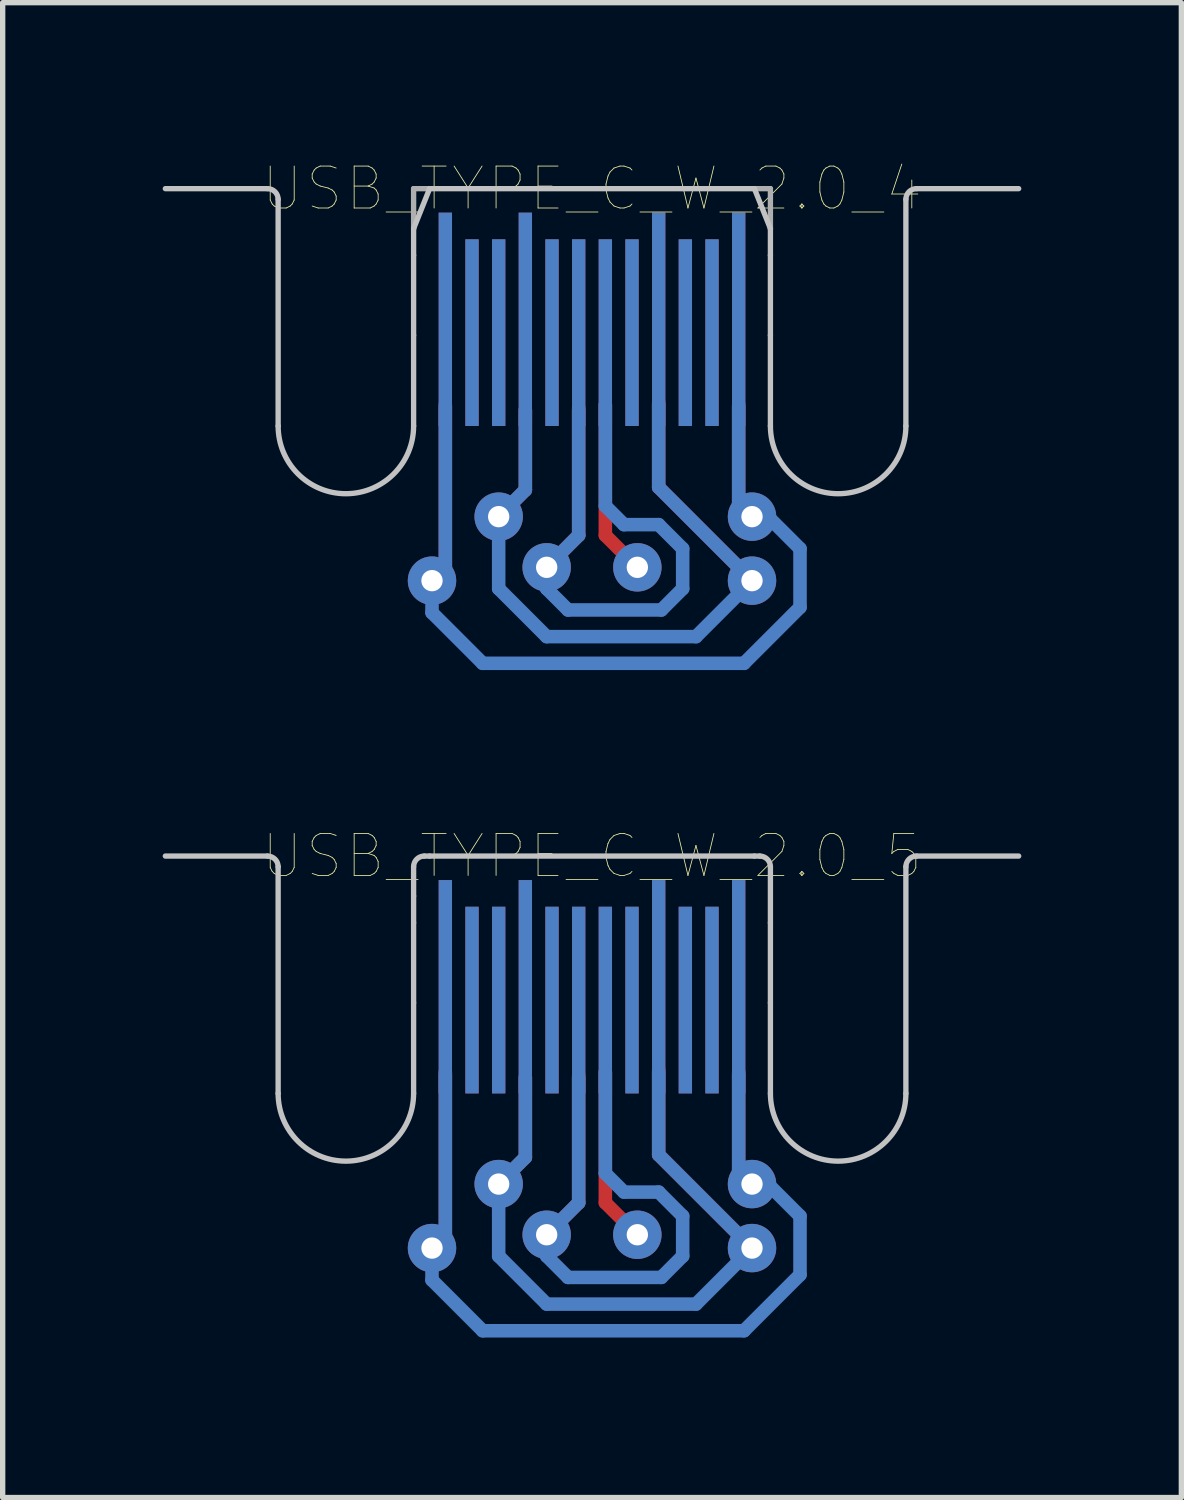
<source format=kicad_pcb>
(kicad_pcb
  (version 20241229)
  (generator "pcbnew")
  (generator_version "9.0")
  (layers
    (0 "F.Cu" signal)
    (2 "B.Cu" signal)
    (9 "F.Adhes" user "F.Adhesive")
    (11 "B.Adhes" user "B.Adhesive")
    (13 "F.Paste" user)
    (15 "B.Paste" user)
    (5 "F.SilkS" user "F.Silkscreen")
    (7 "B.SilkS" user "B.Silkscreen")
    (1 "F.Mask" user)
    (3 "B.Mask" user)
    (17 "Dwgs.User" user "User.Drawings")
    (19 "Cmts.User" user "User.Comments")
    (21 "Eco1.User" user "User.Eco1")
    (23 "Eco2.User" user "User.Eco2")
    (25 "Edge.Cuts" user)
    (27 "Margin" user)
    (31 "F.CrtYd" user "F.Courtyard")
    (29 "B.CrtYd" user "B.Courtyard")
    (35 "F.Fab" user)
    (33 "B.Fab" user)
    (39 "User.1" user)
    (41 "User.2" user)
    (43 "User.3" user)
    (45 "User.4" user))
  (footprint "USB_TYPE_C_W_2.0_5"
    (layer "F.Cu")
    (at 8.05 13.001)
    (property "Reference" "USB_TYPE_C_W_2.0_5" (at 0 0 0) (layer "F.SilkS") (effects (font (size 0.787 0.787) (thickness 0.015))))
    (attr through_hole)
    (fp_line (start -2.75 4.1) (end -2.75 7.1) (stroke (width 0.254) (type solid)) (layer "F.Cu"))
    (fp_line (start -2.75 7.1) (end -3 7.35) (stroke (width 0.254) (type solid)) (layer "F.Cu"))
    (fp_line (start -1.25 4.15) (end -1.25 5.65) (stroke (width 0.254) (type solid)) (layer "F.Cu"))
    (fp_line (start -1.25 5.65) (end -1.75 6.15) (stroke (width 0.254) (type solid)) (layer "F.Cu"))
    (fp_line (start -0.25 4.1) (end -0.25 6.5) (stroke (width 0.254) (type solid)) (layer "F.Cu"))
    (fp_line (start -0.25 6.5) (end -0.85 7.1) (stroke (width 0.254) (type solid)) (layer "F.Cu"))
    (fp_line (start 0.25 4.05) (end 0.25 6.5) (stroke (width 0.254) (type solid)) (layer "F.Cu"))
    (fp_line (start 0.25 6.5) (end 0.85 7.1) (stroke (width 0.254) (type solid)) (layer "F.Cu"))
    (fp_line (start 1.25 4) (end 1.25 5.6) (stroke (width 0.254) (type solid)) (layer "F.Cu"))
    (fp_line (start 1.25 5.6) (end 3 7.35) (stroke (width 0.254) (type solid)) (layer "F.Cu"))
    (fp_line (start 2.75 4.1) (end 2.75 5.9) (stroke (width 0.254) (type solid)) (layer "F.Cu"))
    (fp_line (start 2.75 5.9) (end 3 6.15) (stroke (width 0.254) (type solid)) (layer "F.Cu"))
    (fp_line (start -3 7.95) (end -3 7.35) (stroke (width 0.254) (type solid)) (layer "B.Cu"))
    (fp_line (start -2.75 4.05) (end -2.75 7.1) (stroke (width 0.254) (type solid)) (layer "B.Cu"))
    (fp_line (start -2.75 7.1) (end -3 7.35) (stroke (width 0.254) (type solid)) (layer "B.Cu"))
    (fp_line (start -2.05 8.9) (end -3 7.95) (stroke (width 0.254) (type solid)) (layer "B.Cu"))
    (fp_line (start -1.75 7.5) (end -1.75 6.15) (stroke (width 0.254) (type solid)) (layer "B.Cu"))
    (fp_line (start -1.25 4.15) (end -1.25 5.65) (stroke (width 0.254) (type solid)) (layer "B.Cu"))
    (fp_line (start -1.25 5.65) (end -1.75 6.15) (stroke (width 0.254) (type solid)) (layer "B.Cu"))
    (fp_line (start -0.85 7.5) (end -0.85 7.15) (stroke (width 0.254) (type solid)) (layer "B.Cu"))
    (fp_line (start -0.85 8.4) (end -1.75 7.5) (stroke (width 0.254) (type solid)) (layer "B.Cu"))
    (fp_line (start -0.45 7.9) (end -0.85 7.5) (stroke (width 0.254) (type solid)) (layer "B.Cu"))
    (fp_line (start -0.25 4.15) (end -0.25 6.5) (stroke (width 0.254) (type solid)) (layer "B.Cu"))
    (fp_line (start -0.25 6.5) (end -0.85 7.1) (stroke (width 0.254) (type solid)) (layer "B.Cu"))
    (fp_line (start 0.25 4.05) (end 0.25 5.95) (stroke (width 0.254) (type solid)) (layer "B.Cu"))
    (fp_line (start 0.25 5.95) (end 0.6 6.3) (stroke (width 0.254) (type solid)) (layer "B.Cu"))
    (fp_line (start 0.6 6.3) (end 1.25 6.3) (stroke (width 0.254) (type solid)) (layer "B.Cu"))
    (fp_line (start 1.25 4.05) (end 1.25 5.6) (stroke (width 0.254) (type solid)) (layer "B.Cu"))
    (fp_line (start 1.25 5.6) (end 3 7.35) (stroke (width 0.254) (type solid)) (layer "B.Cu"))
    (fp_line (start 1.25 6.3) (end 1.7 6.75) (stroke (width 0.254) (type solid)) (layer "B.Cu"))
    (fp_line (start 1.3 7.9) (end -0.45 7.9) (stroke (width 0.254) (type solid)) (layer "B.Cu"))
    (fp_line (start 1.7 6.75) (end 1.7 7.5) (stroke (width 0.254) (type solid)) (layer "B.Cu"))
    (fp_line (start 1.7 7.5) (end 1.3 7.9) (stroke (width 0.254) (type solid)) (layer "B.Cu"))
    (fp_line (start 1.95 8.4) (end -0.85 8.4) (stroke (width 0.254) (type solid)) (layer "B.Cu"))
    (fp_line (start 1.95 8.4) (end 3 7.35) (stroke (width 0.254) (type solid)) (layer "B.Cu"))
    (fp_line (start 2.75 4.05) (end 2.75 5.9) (stroke (width 0.254) (type solid)) (layer "B.Cu"))
    (fp_line (start 2.75 5.9) (end 3 6.15) (stroke (width 0.254) (type solid)) (layer "B.Cu"))
    (fp_line (start 2.85 8.9) (end -2.05 8.9) (stroke (width 0.254) (type solid)) (layer "B.Cu"))
    (fp_line (start 3 6.15) (end 3.3 6.15) (stroke (width 0.254) (type solid)) (layer "B.Cu"))
    (fp_line (start 3.3 6.15) (end 3.9 6.75) (stroke (width 0.254) (type solid)) (layer "B.Cu"))
    (fp_line (start 3.9 6.75) (end 3.9 7.85) (stroke (width 0.254) (type solid)) (layer "B.Cu"))
    (fp_line (start 3.9 7.85) (end 2.85 8.9) (stroke (width 0.254) (type solid)) (layer "B.Cu"))
    (fp_line (start -8 0) (end -6.085 0) (stroke (width 0.1) (type solid)) (layer "Dwgs.User"))
    (fp_line (start -5.885 0.2) (end -5.885 4.45) (stroke (width 0.1) (type solid)) (layer "Dwgs.User"))
    (fp_line (start -3.345 0.2) (end -3.345 0.75) (stroke (width 0.1) (type solid)) (layer "Dwgs.User"))
    (fp_line (start -3.345 0.75) (end -3.345 1.25) (stroke (width 0.1) (type solid)) (layer "Dwgs.User"))
    (fp_line (start -3.345 1.25) (end -3.345 2.75) (stroke (width 0.1) (type solid)) (layer "Dwgs.User"))
    (fp_line (start -3.345 2.75) (end -3.345 4.45) (stroke (width 0.1) (type solid)) (layer "Dwgs.User"))
    (fp_line (start -3.045 0) (end -3.145 0) (stroke (width 0.1) (type solid)) (layer "Dwgs.User"))
    (fp_line (start -3.045 0) (end 3.045 0) (stroke (width 0.1) (type solid)) (layer "Dwgs.User"))
    (fp_line (start 3.045 0) (end 3.145 0) (stroke (width 0.1) (type solid)) (layer "Dwgs.User"))
    (fp_line (start 3.345 0.2) (end 3.345 1.25) (stroke (width 0.1) (type solid)) (layer "Dwgs.User"))
    (fp_line (start 3.345 1.25) (end 3.345 2.75) (stroke (width 0.1) (type solid)) (layer "Dwgs.User"))
    (fp_line (start 3.345 2.75) (end 3.345 4.45) (stroke (width 0.1) (type solid)) (layer "Dwgs.User"))
    (fp_line (start 5.885 0.2) (end 5.885 4.45) (stroke (width 0.1) (type solid)) (layer "Dwgs.User"))
    (fp_line (start 8 0) (end 6.085 0) (stroke (width 0.1) (type solid)) (layer "Dwgs.User"))
    (fp_arc (start -6.085 0) (mid -5.943579 0.058579) (end -5.885 0.2) (stroke (width 0.1) (type solid)) (layer "Dwgs.User"))
    (fp_arc (start -3.345 0.2) (mid -3.286421 0.058579) (end -3.145 0) (stroke (width 0.1) (type solid)) (layer "Dwgs.User"))
    (fp_arc (start -3.345 4.45) (mid -4.615 5.72) (end -5.885 4.45) (stroke (width 0.1) (type solid)) (layer "Dwgs.User"))
    (fp_arc (start 3.145 0) (mid 3.286421 0.058579) (end 3.345 0.2) (stroke (width 0.1) (type solid)) (layer "Dwgs.User"))
    (fp_arc (start 5.885 0.2) (mid 5.943579 0.058579) (end 6.085 0) (stroke (width 0.1) (type solid)) (layer "Dwgs.User"))
    (fp_arc (start 5.885 4.45) (mid 4.615 5.72) (end 3.345 4.45) (stroke (width 0.1) (type solid)) (layer "Dwgs.User"))
    (pad "A1" smd rect (at 2.75 2.45) (size 0.25 4) (layers "F.Cu" "F.Mask" "F.Paste"))
    (pad "A2" smd rect (at 2.25 2.7) (size 0.25 3.5) (layers "F.Cu" "F.Mask" "F.Paste"))
    (pad "A3" smd rect (at 1.75 2.7) (size 0.25 3.5) (layers "F.Cu" "F.Mask" "F.Paste"))
    (pad "A4" smd rect (at 1.25 2.45) (size 0.25 4) (layers "F.Cu" "F.Mask" "F.Paste"))
    (pad "A5" smd rect (at 0.75 2.7) (size 0.25 3.5) (layers "F.Cu" "F.Mask" "F.Paste"))
    (pad "A6" smd rect (at 0.25 2.7) (size 0.25 3.5) (layers "F.Cu" "F.Mask" "F.Paste"))
    (pad "A7" smd rect (at -0.25 2.7) (size 0.25 3.5) (layers "F.Cu" "F.Mask" "F.Paste"))
    (pad "A8" smd rect (at -0.75 2.7) (size 0.25 3.5) (layers "F.Cu" "F.Mask" "F.Paste"))
    (pad "A9" smd rect (at -1.25 2.45) (size 0.25 4) (layers "F.Cu" "F.Mask" "F.Paste"))
    (pad "A10" smd rect (at -1.75 2.7) (size 0.25 3.5) (layers "F.Cu" "F.Mask" "F.Paste"))
    (pad "A11" smd rect (at -2.25 2.7) (size 0.25 3.5) (layers "F.Cu" "F.Mask" "F.Paste"))
    (pad "A12" smd rect (at -2.75 2.45) (size 0.25 4) (layers "F.Cu" "F.Mask" "F.Paste"))
    (pad "B1" smd rect (at -2.75 2.45) (size 0.25 4) (layers "B.Cu" "B.Mask" "B.Paste"))
    (pad "B2" smd rect (at -2.25 2.7) (size 0.25 3.5) (layers "B.Cu" "B.Mask" "B.Paste"))
    (pad "B3" smd rect (at -1.75 2.7) (size 0.25 3.5) (layers "B.Cu" "B.Mask" "B.Paste"))
    (pad "B4" smd rect (at -1.25 2.45) (size 0.25 4) (layers "B.Cu" "B.Mask" "B.Paste"))
    (pad "B5" smd rect (at -0.75 2.7) (size 0.25 3.5) (layers "B.Cu" "B.Mask" "B.Paste"))
    (pad "B6" smd rect (at -0.25 2.7) (size 0.25 3.5) (layers "B.Cu" "B.Mask" "B.Paste"))
    (pad "B7" smd rect (at 0.25 2.7) (size 0.25 3.5) (layers "B.Cu" "B.Mask" "B.Paste"))
    (pad "B8" smd rect (at 0.75 2.7) (size 0.25 3.5) (layers "B.Cu" "B.Mask" "B.Paste"))
    (pad "B9" smd rect (at 1.25 2.45) (size 0.25 4) (layers "B.Cu" "B.Mask" "B.Paste"))
    (pad "B10" smd rect (at 1.75 2.7) (size 0.25 3.5) (layers "B.Cu" "B.Mask" "B.Paste"))
    (pad "B11" smd rect (at 2.25 2.7) (size 0.25 3.5) (layers "B.Cu" "B.Mask" "B.Paste"))
    (pad "B12" smd rect (at 2.75 2.45) (size 0.25 4) (layers "B.Cu" "B.Mask" "B.Paste"))
    (pad "D" thru_hole circle (at -0.85 7.1) (size 0.908 0.908) (drill 0.4) (layers "*.Cu" "*.Mask"))
    (pad "D+" thru_hole circle (at 0.85 7.1) (size 0.908 0.908) (drill 0.4) (layers "*.Cu" "*.Mask"))
    (pad "GND" thru_hole circle (at -3 7.35) (size 0.908 0.908) (drill 0.4) (layers "*.Cu" "*.Mask"))
    (pad "P$5" thru_hole circle (at -1.75 6.15) (size 0.908 0.908) (drill 0.4) (layers "*.Cu"))
    (pad "P$6" thru_hole circle (at 3 6.15) (size 0.908 0.908) (drill 0.4) (layers "*.Cu"))
    (pad "VBUS" thru_hole circle (at 3 7.35) (size 0.908 0.908) (drill 0.4) (layers "*.Cu" "*.Mask")))
  (footprint "USB_TYPE_C_W_2.0_4"
    (layer "F.Cu")
    (at 8.05 0.487)
    (property "Reference" "USB_TYPE_C_W_2.0_4" (at 0 0 0) (layer "F.SilkS") (effects (font (size 0.787 0.787) (thickness 0.015))))
    (attr through_hole)
    (fp_line (start -2.75 4.1) (end -2.75 7.1) (stroke (width 0.254) (type solid)) (layer "F.Cu"))
    (fp_line (start -2.75 7.1) (end -3 7.35) (stroke (width 0.254) (type solid)) (layer "F.Cu"))
    (fp_line (start -1.25 4.15) (end -1.25 5.65) (stroke (width 0.254) (type solid)) (layer "F.Cu"))
    (fp_line (start -1.25 5.65) (end -1.75 6.15) (stroke (width 0.254) (type solid)) (layer "F.Cu"))
    (fp_line (start -0.25 4.1) (end -0.25 6.5) (stroke (width 0.254) (type solid)) (layer "F.Cu"))
    (fp_line (start -0.25 6.5) (end -0.85 7.1) (stroke (width 0.254) (type solid)) (layer "F.Cu"))
    (fp_line (start 0.25 4.05) (end 0.25 6.5) (stroke (width 0.254) (type solid)) (layer "F.Cu"))
    (fp_line (start 0.25 6.5) (end 0.85 7.1) (stroke (width 0.254) (type solid)) (layer "F.Cu"))
    (fp_line (start 1.25 4) (end 1.25 5.6) (stroke (width 0.254) (type solid)) (layer "F.Cu"))
    (fp_line (start 1.25 5.6) (end 3 7.35) (stroke (width 0.254) (type solid)) (layer "F.Cu"))
    (fp_line (start 2.75 4.1) (end 2.75 5.9) (stroke (width 0.254) (type solid)) (layer "F.Cu"))
    (fp_line (start 2.75 5.9) (end 3 6.15) (stroke (width 0.254) (type solid)) (layer "F.Cu"))
    (fp_line (start -3 7.95) (end -3 7.35) (stroke (width 0.254) (type solid)) (layer "B.Cu"))
    (fp_line (start -2.75 4.05) (end -2.75 7.1) (stroke (width 0.254) (type solid)) (layer "B.Cu"))
    (fp_line (start -2.75 7.1) (end -3 7.35) (stroke (width 0.254) (type solid)) (layer "B.Cu"))
    (fp_line (start -2.05 8.9) (end -3 7.95) (stroke (width 0.254) (type solid)) (layer "B.Cu"))
    (fp_line (start -1.75 7.5) (end -1.75 6.15) (stroke (width 0.254) (type solid)) (layer "B.Cu"))
    (fp_line (start -1.25 4.15) (end -1.25 5.65) (stroke (width 0.254) (type solid)) (layer "B.Cu"))
    (fp_line (start -1.25 5.65) (end -1.75 6.15) (stroke (width 0.254) (type solid)) (layer "B.Cu"))
    (fp_line (start -0.85 7.5) (end -0.85 7.15) (stroke (width 0.254) (type solid)) (layer "B.Cu"))
    (fp_line (start -0.85 8.4) (end -1.75 7.5) (stroke (width 0.254) (type solid)) (layer "B.Cu"))
    (fp_line (start -0.45 7.9) (end -0.85 7.5) (stroke (width 0.254) (type solid)) (layer "B.Cu"))
    (fp_line (start -0.25 4.15) (end -0.25 6.5) (stroke (width 0.254) (type solid)) (layer "B.Cu"))
    (fp_line (start -0.25 6.5) (end -0.85 7.1) (stroke (width 0.254) (type solid)) (layer "B.Cu"))
    (fp_line (start 0.25 4.05) (end 0.25 5.95) (stroke (width 0.254) (type solid)) (layer "B.Cu"))
    (fp_line (start 0.25 5.95) (end 0.6 6.3) (stroke (width 0.254) (type solid)) (layer "B.Cu"))
    (fp_line (start 0.6 6.3) (end 1.25 6.3) (stroke (width 0.254) (type solid)) (layer "B.Cu"))
    (fp_line (start 1.25 4.05) (end 1.25 5.6) (stroke (width 0.254) (type solid)) (layer "B.Cu"))
    (fp_line (start 1.25 5.6) (end 3 7.35) (stroke (width 0.254) (type solid)) (layer "B.Cu"))
    (fp_line (start 1.25 6.3) (end 1.7 6.75) (stroke (width 0.254) (type solid)) (layer "B.Cu"))
    (fp_line (start 1.3 7.9) (end -0.45 7.9) (stroke (width 0.254) (type solid)) (layer "B.Cu"))
    (fp_line (start 1.7 6.75) (end 1.7 7.5) (stroke (width 0.254) (type solid)) (layer "B.Cu"))
    (fp_line (start 1.7 7.5) (end 1.3 7.9) (stroke (width 0.254) (type solid)) (layer "B.Cu"))
    (fp_line (start 1.95 8.4) (end -0.85 8.4) (stroke (width 0.254) (type solid)) (layer "B.Cu"))
    (fp_line (start 1.95 8.4) (end 3 7.35) (stroke (width 0.254) (type solid)) (layer "B.Cu"))
    (fp_line (start 2.75 4.05) (end 2.75 5.9) (stroke (width 0.254) (type solid)) (layer "B.Cu"))
    (fp_line (start 2.75 5.9) (end 3 6.15) (stroke (width 0.254) (type solid)) (layer "B.Cu"))
    (fp_line (start 2.85 8.9) (end -2.05 8.9) (stroke (width 0.254) (type solid)) (layer "B.Cu"))
    (fp_line (start 3 6.15) (end 3.3 6.15) (stroke (width 0.254) (type solid)) (layer "B.Cu"))
    (fp_line (start 3.3 6.15) (end 3.9 6.75) (stroke (width 0.254) (type solid)) (layer "B.Cu"))
    (fp_line (start 3.9 6.75) (end 3.9 7.85) (stroke (width 0.254) (type solid)) (layer "B.Cu"))
    (fp_line (start 3.9 7.85) (end 2.85 8.9) (stroke (width 0.254) (type solid)) (layer "B.Cu"))
    (fp_line (start -8 0) (end -6.085 0) (stroke (width 0.1) (type solid)) (layer "Dwgs.User"))
    (fp_line (start -5.885 0.2) (end -5.885 4.45) (stroke (width 0.1) (type solid)) (layer "Dwgs.User"))
    (fp_line (start -3.345 0.75) (end -3.345 1.25) (stroke (width 0.1) (type solid)) (layer "Dwgs.User"))
    (fp_line (start -3.345 1.25) (end -3.345 2.75) (stroke (width 0.1) (type solid)) (layer "Dwgs.User"))
    (fp_line (start -3.345 2.75) (end -3.345 4.45) (stroke (width 0.1) (type solid)) (layer "Dwgs.User"))
    (fp_line (start -3.045 0) (end -3.345 0.75) (stroke (width 0.1) (type solid)) (layer "Dwgs.User"))
    (fp_line (start -3.045 0) (end 3.045 0) (stroke (width 0.1) (type solid)) (layer "Dwgs.User"))
    (fp_line (start 3.045 0) (end 3.345 0.75) (stroke (width 0.1) (type solid)) (layer "Dwgs.User"))
    (fp_line (start 3.345 0.75) (end 3.345 1.25) (stroke (width 0.1) (type solid)) (layer "Dwgs.User"))
    (fp_line (start 3.345 1.25) (end 3.345 2.75) (stroke (width 0.1) (type solid)) (layer "Dwgs.User"))
    (fp_line (start 3.345 2.75) (end 3.345 4.45) (stroke (width 0.1) (type solid)) (layer "Dwgs.User"))
    (fp_line (start 5.885 0.2) (end 5.885 4.45) (stroke (width 0.1) (type solid)) (layer "Dwgs.User"))
    (fp_line (start 8 0) (end 6.085 0) (stroke (width 0.1) (type solid)) (layer "Dwgs.User"))
    (fp_arc (start -6.085 0) (mid -5.943579 0.058579) (end -5.885 0.2) (stroke (width 0.1) (type solid)) (layer "Dwgs.User"))
    (fp_arc (start -3.345 4.45) (mid -4.615 5.72) (end -5.885 4.45) (stroke (width 0.1) (type solid)) (layer "Dwgs.User"))
    (fp_arc (start 5.885 0.2) (mid 5.943579 0.058579) (end 6.085 0) (stroke (width 0.1) (type solid)) (layer "Dwgs.User"))
    (fp_arc (start 5.885 4.45) (mid 4.615 5.72) (end 3.345 4.45) (stroke (width 0.1) (type solid)) (layer "Dwgs.User"))
    (fp_line (start -3.345 0) (end -3.345 0.75) (stroke (width 0.1) (type solid)) (layer "F.Fab"))
    (fp_line (start -3.345 0) (end -3.045 0) (stroke (width 0.1) (type solid)) (layer "F.Fab"))
    (fp_line (start 3.045 0) (end 3.345 0) (stroke (width 0.1) (type solid)) (layer "F.Fab"))
    (fp_line (start 3.345 0) (end 3.345 0.75) (stroke (width 0.1) (type solid)) (layer "F.Fab"))
    (pad "A1" smd rect (at 2.75 2.45) (size 0.25 4) (layers "F.Cu" "F.Mask" "F.Paste"))
    (pad "A2" smd rect (at 2.25 2.7) (size 0.25 3.5) (layers "F.Cu" "F.Mask" "F.Paste"))
    (pad "A3" smd rect (at 1.75 2.7) (size 0.25 3.5) (layers "F.Cu" "F.Mask" "F.Paste"))
    (pad "A4" smd rect (at 1.25 2.45) (size 0.25 4) (layers "F.Cu" "F.Mask" "F.Paste"))
    (pad "A5" smd rect (at 0.75 2.7) (size 0.25 3.5) (layers "F.Cu" "F.Mask" "F.Paste"))
    (pad "A6" smd rect (at 0.25 2.7) (size 0.25 3.5) (layers "F.Cu" "F.Mask" "F.Paste"))
    (pad "A7" smd rect (at -0.25 2.7) (size 0.25 3.5) (layers "F.Cu" "F.Mask" "F.Paste"))
    (pad "A8" smd rect (at -0.75 2.7) (size 0.25 3.5) (layers "F.Cu" "F.Mask" "F.Paste"))
    (pad "A9" smd rect (at -1.25 2.45) (size 0.25 4) (layers "F.Cu" "F.Mask" "F.Paste"))
    (pad "A10" smd rect (at -1.75 2.7) (size 0.25 3.5) (layers "F.Cu" "F.Mask" "F.Paste"))
    (pad "A11" smd rect (at -2.25 2.7) (size 0.25 3.5) (layers "F.Cu" "F.Mask" "F.Paste"))
    (pad "A12" smd rect (at -2.75 2.45) (size 0.25 4) (layers "F.Cu" "F.Mask" "F.Paste"))
    (pad "B1" smd rect (at -2.75 2.45) (size 0.25 4) (layers "B.Cu" "B.Mask" "B.Paste"))
    (pad "B2" smd rect (at -2.25 2.7) (size 0.25 3.5) (layers "B.Cu" "B.Mask" "B.Paste"))
    (pad "B3" smd rect (at -1.75 2.7) (size 0.25 3.5) (layers "B.Cu" "B.Mask" "B.Paste"))
    (pad "B4" smd rect (at -1.25 2.45) (size 0.25 4) (layers "B.Cu" "B.Mask" "B.Paste"))
    (pad "B5" smd rect (at -0.75 2.7) (size 0.25 3.5) (layers "B.Cu" "B.Mask" "B.Paste"))
    (pad "B6" smd rect (at -0.25 2.7) (size 0.25 3.5) (layers "B.Cu" "B.Mask" "B.Paste"))
    (pad "B7" smd rect (at 0.25 2.7) (size 0.25 3.5) (layers "B.Cu" "B.Mask" "B.Paste"))
    (pad "B8" smd rect (at 0.75 2.7) (size 0.25 3.5) (layers "B.Cu" "B.Mask" "B.Paste"))
    (pad "B9" smd rect (at 1.25 2.45) (size 0.25 4) (layers "B.Cu" "B.Mask" "B.Paste"))
    (pad "B10" smd rect (at 1.75 2.7) (size 0.25 3.5) (layers "B.Cu" "B.Mask" "B.Paste"))
    (pad "B11" smd rect (at 2.25 2.7) (size 0.25 3.5) (layers "B.Cu" "B.Mask" "B.Paste"))
    (pad "B12" smd rect (at 2.75 2.45) (size 0.25 4) (layers "B.Cu" "B.Mask" "B.Paste"))
    (pad "D" thru_hole circle (at -0.85 7.1) (size 0.908 0.908) (drill 0.4) (layers "*.Cu" "*.Mask"))
    (pad "D+" thru_hole circle (at 0.85 7.1) (size 0.908 0.908) (drill 0.4) (layers "*.Cu" "*.Mask"))
    (pad "GND" thru_hole circle (at -3 7.35) (size 0.908 0.908) (drill 0.4) (layers "*.Cu" "*.Mask"))
    (pad "P$5" thru_hole circle (at -1.75 6.15) (size 0.908 0.908) (drill 0.4) (layers "*.Cu"))
    (pad "P$6" thru_hole circle (at 3 6.15) (size 0.908 0.908) (drill 0.4) (layers "*.Cu"))
    (pad "VBUS" thru_hole circle (at 3 7.35) (size 0.908 0.908) (drill 0.4) (layers "*.Cu" "*.Mask")))
  (gr_rect
    (start -3 -3)
    (end 19.1 25.028)
    (stroke (width 0.1) (type default))
    (fill no)
    (layer "Edge.Cuts")))
</source>
